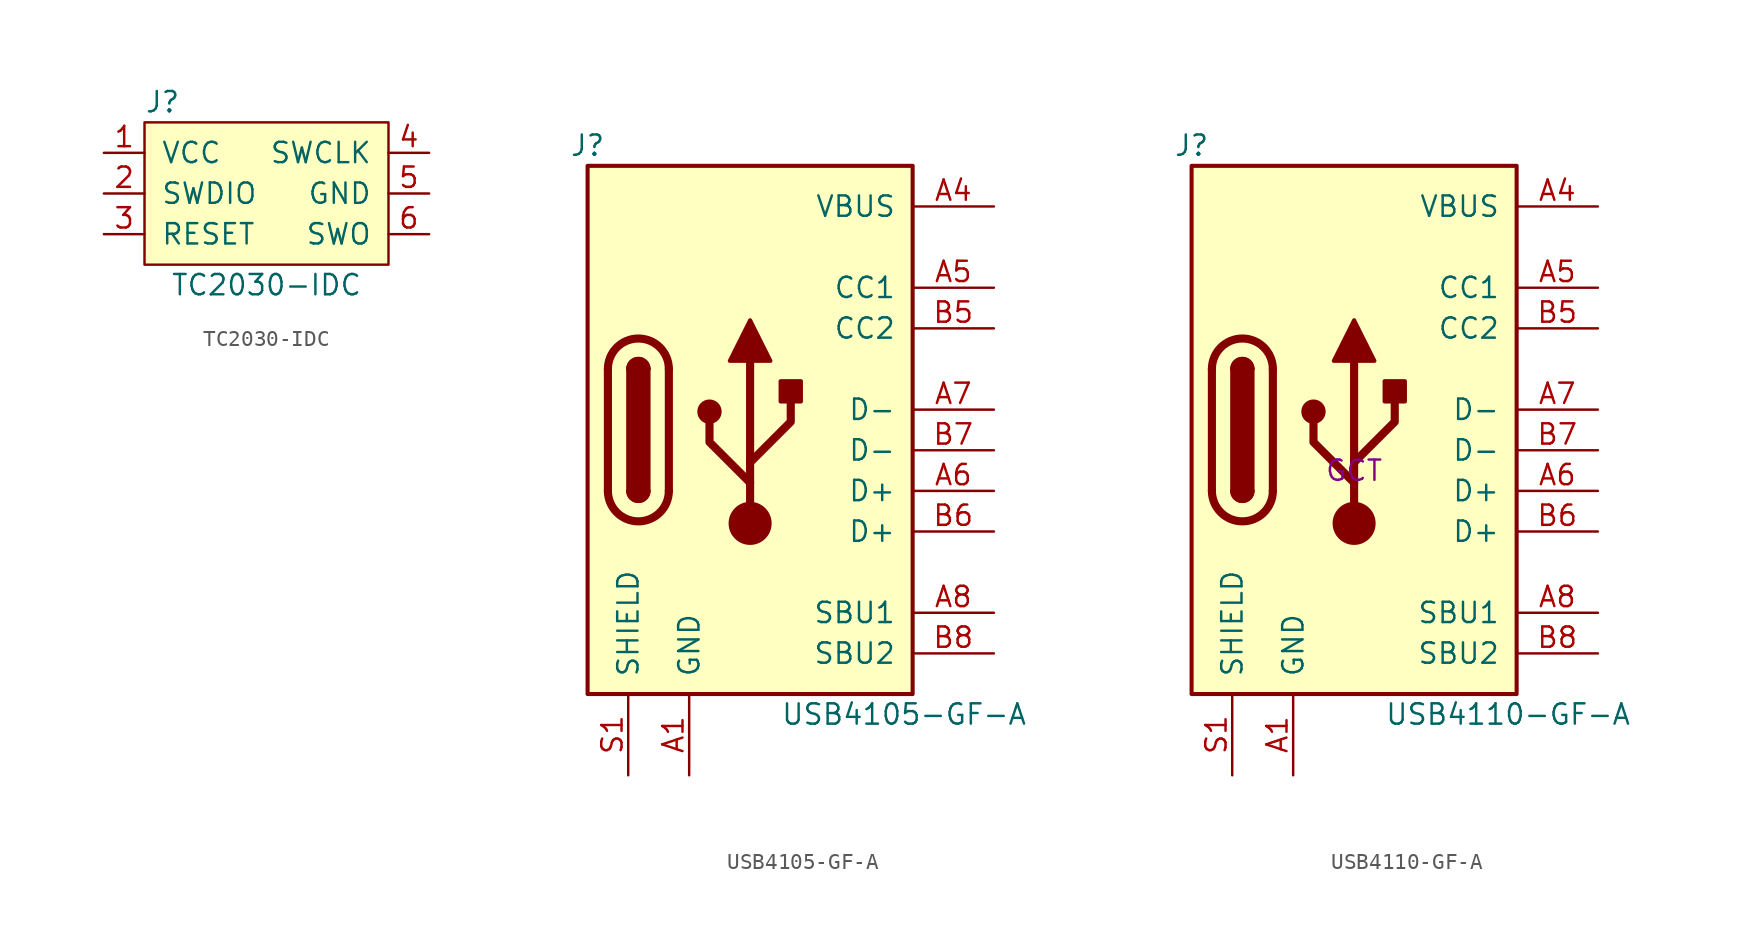
<source format=kicad_sym>
(kicad_symbol_lib
  (version 20211014)
  (generator kicad_symbol_editor)
  (symbol "TC2030-IDC"
    (pin_names
      (offset 1.016))
    (property "Reference" "J"
      (at -7.62 5.715 0)
      (effects (font (size 1.27 1.27)) (justify left)))
    (property "Value" "TC2030-IDC"
      (at 0 -5.715 0)
      (effects (font (size 1.27 1.27))))
    (symbol "TC2030-IDC_0_0"
      (pin bidirectional line (at -10.16 0 0) (length 2.54) (name "SWDIO" (effects (font (size 1.27 1.27)))) (number "2" (effects (font (size 1.27 1.27)))))
      (pin output line (at -10.16 -2.54 0) (length 2.54) (name "RESET" (effects (font (size 1.27 1.27)))) (number "3" (effects (font (size 1.27 1.27)))))
      (pin bidirectional line (at 10.16 2.54 180) (length 2.54) (name "SWCLK" (effects (font (size 1.27 1.27)))) (number "4" (effects (font (size 1.27 1.27)))))
      (pin power_out line (at 10.16 0 180) (length 2.54) (name "GND" (effects (font (size 1.27 1.27)))) (number "5" (effects (font (size 1.27 1.27)))))
      (pin bidirectional line (at 10.16 -2.54 180) (length 2.54) (name "SWO" (effects (font (size 1.27 1.27)))) (number "6" (effects (font (size 1.27 1.27))))))
    (symbol "TC2030-IDC_0_1"
      (rectangle (start -7.62 4.445) (end 7.62 -4.445) (stroke (width 0) (type default) (color 0 0 0 0)) (fill (type background))))
    (symbol "TC2030-IDC_1_1"
      (pin power_in line (at -10.16 2.54 0) (length 2.54) (name "VCC" (effects (font (size 1.27 1.27)))) (number "1" (effects (font (size 1.27 1.27)))))))
  (symbol "USB4105-GF-A"
    (pin_names
      (offset 1.016))
    (property "Reference" "J"
      (at -10.16 20.32 0)
      (effects (font (size 1.27 1.27))))
    (property "Value" "USB4105-GF-A"
      (at 1.905 -15.24 0)
      (effects (font (size 1.27 1.27)) (justify left)))
    (symbol "USB4105-GF-A_1_1"
      (rectangle (start -10.16 19.05) (end 10.16 -13.97) (stroke (width 0.254) (type default) (color 0 0 0 0)) (fill (type background)))
      (arc (start -8.89 -1.27) (mid -6.985 -3.175) (end -5.08 -1.27) (stroke (width 0.508) (type default) (color 0 0 0 0)) (fill (type none)))
      (arc (start -7.62 -1.27) (mid -6.985 -1.905) (end -6.35 -1.27) (stroke (width 0.254) (type default) (color 0 0 0 0)) (fill (type none)))
      (arc (start -7.62 -1.27) (mid -6.985 -1.905) (end -6.35 -1.27) (stroke (width 0.254) (type default) (color 0 0 0 0)) (fill (type outline)))
      (rectangle (start -7.62 -1.27) (end -6.35 6.35) (stroke (width 0.254) (type default) (color 0 0 0 0)) (fill (type outline)))
      (arc (start -6.35 6.35) (mid -6.985 6.985) (end -7.62 6.35) (stroke (width 0.254) (type default) (color 0 0 0 0)) (fill (type none)))
      (arc (start -6.35 6.35) (mid -6.985 6.985) (end -7.62 6.35) (stroke (width 0.254) (type default) (color 0 0 0 0)) (fill (type outline)))
      (arc (start -5.08 6.35) (mid -6.985 8.255) (end -8.89 6.35) (stroke (width 0.508) (type default) (color 0 0 0 0)) (fill (type none)))
      (circle (center -2.54 3.683) (radius 0.635) (stroke (width 0.254) (type default) (color 0 0 0 0)) (fill (type outline)))
      (circle (center 0 -3.302) (radius 1.27) (stroke (width 0) (type default) (color 0 0 0 0)) (fill (type outline)))
      (polyline (pts (xy -8.89 -1.27) (xy -8.89 6.35)) (stroke (width 0.508) (type default) (color 0 0 0 0)) (fill (type none)))
      (polyline (pts (xy -5.08 6.35) (xy -5.08 -1.27)) (stroke (width 0.508) (type default) (color 0 0 0 0)) (fill (type none)))
      (polyline (pts (xy 0 -3.302) (xy 0 6.858)) (stroke (width 0.508) (type default) (color 0 0 0 0)) (fill (type none)))
      (polyline (pts (xy 0 -0.762) (xy -2.54 1.778) (xy -2.54 3.048)) (stroke (width 0.508) (type default) (color 0 0 0 0)) (fill (type none)))
      (polyline (pts (xy 0 0.508) (xy 2.54 3.048) (xy 2.54 4.318)) (stroke (width 0.508) (type default) (color 0 0 0 0)) (fill (type none)))
      (polyline (pts (xy -1.27 6.858) (xy 0 9.398) (xy 1.27 6.858) (xy -1.27 6.858)) (stroke (width 0.254) (type default) (color 0 0 0 0)) (fill (type outline)))
      (rectangle (start 1.905 4.318) (end 3.175 5.588) (stroke (width 0.254) (type default) (color 0 0 0 0)) (fill (type outline)))
      (pin power_in line (at -3.81 -19.05 90) (length 5.08) (name "GND" (effects (font (size 1.27 1.27)))) (number "A1" (effects (font (size 1.27 1.27)))))
      (pin passive line (at -3.81 -19.05 90) (length 5.08) hide (name "GND" (effects (font (size 1.27 1.27)))) (number "A12" (effects (font (size 1.27 1.27)))))
      (pin power_in line (at 15.24 16.51 180) (length 5.08) (name "VBUS" (effects (font (size 1.27 1.27)))) (number "A4" (effects (font (size 1.27 1.27)))))
      (pin bidirectional line (at 15.24 11.43 180) (length 5.08) (name "CC1" (effects (font (size 1.27 1.27)))) (number "A5" (effects (font (size 1.27 1.27)))))
      (pin bidirectional line (at 15.24 -1.27 180) (length 5.08) (name "D+" (effects (font (size 1.27 1.27)))) (number "A6" (effects (font (size 1.27 1.27)))))
      (pin bidirectional line (at 15.24 3.81 180) (length 5.08) (name "D-" (effects (font (size 1.27 1.27)))) (number "A7" (effects (font (size 1.27 1.27)))))
      (pin bidirectional line (at 15.24 -8.89 180) (length 5.08) (name "SBU1" (effects (font (size 1.27 1.27)))) (number "A8" (effects (font (size 1.27 1.27)))))
      (pin passive line (at 15.24 16.51 180) (length 5.08) hide (name "VBUS" (effects (font (size 1.27 1.27)))) (number "A9" (effects (font (size 1.27 1.27)))))
      (pin passive line (at -3.81 -19.05 90) (length 5.08) hide (name "GND" (effects (font (size 1.27 1.27)))) (number "B1" (effects (font (size 1.27 1.27)))))
      (pin passive line (at -3.81 -19.05 90) (length 5.08) hide (name "GND" (effects (font (size 1.27 1.27)))) (number "B12" (effects (font (size 1.27 1.27)))))
      (pin passive line (at 15.24 16.51 180) (length 5.08) hide (name "VBUS" (effects (font (size 1.27 1.27)))) (number "B4" (effects (font (size 1.27 1.27)))))
      (pin bidirectional line (at 15.24 8.89 180) (length 5.08) (name "CC2" (effects (font (size 1.27 1.27)))) (number "B5" (effects (font (size 1.27 1.27)))))
      (pin bidirectional line (at 15.24 -3.81 180) (length 5.08) (name "D+" (effects (font (size 1.27 1.27)))) (number "B6" (effects (font (size 1.27 1.27)))))
      (pin bidirectional line (at 15.24 1.27 180) (length 5.08) (name "D-" (effects (font (size 1.27 1.27)))) (number "B7" (effects (font (size 1.27 1.27)))))
      (pin bidirectional line (at 15.24 -11.43 180) (length 5.08) (name "SBU2" (effects (font (size 1.27 1.27)))) (number "B8" (effects (font (size 1.27 1.27)))))
      (pin passive line (at 15.24 16.51 180) (length 5.08) hide (name "VBUS" (effects (font (size 1.27 1.27)))) (number "B9" (effects (font (size 1.27 1.27)))))
      (pin passive line (at -7.62 -19.05 90) (length 5.08) (name "SHIELD" (effects (font (size 1.27 1.27)))) (number "S1" (effects (font (size 1.27 1.27)))))))
  (symbol "USB4110-GF-A"
    (pin_names
      (offset 1.016))
    (property "Reference" "J"
      (at -10.16 20.32 0)
      (effects (font (size 1.27 1.27))))
    (property "Value" "USB4110-GF-A"
      (at 1.905 -15.24 0)
      (effects (font (size 1.27 1.27)) (justify left)))
    (property "Manufacturer" "GCT"
      (at 0 0 0)
      (effects (font (size 1.27 1.27))))
    (symbol "USB4110-GF-A_1_1"
      (rectangle (start -10.16 19.05) (end 10.16 -13.97) (stroke (width 0.254) (type default) (color 0 0 0 0)) (fill (type background)))
      (arc (start -8.89 -1.27) (mid -6.985 -3.175) (end -5.08 -1.27) (stroke (width 0.508) (type default) (color 0 0 0 0)) (fill (type none)))
      (arc (start -7.62 -1.27) (mid -6.985 -1.905) (end -6.35 -1.27) (stroke (width 0.254) (type default) (color 0 0 0 0)) (fill (type none)))
      (arc (start -7.62 -1.27) (mid -6.985 -1.905) (end -6.35 -1.27) (stroke (width 0.254) (type default) (color 0 0 0 0)) (fill (type outline)))
      (rectangle (start -7.62 -1.27) (end -6.35 6.35) (stroke (width 0.254) (type default) (color 0 0 0 0)) (fill (type outline)))
      (arc (start -6.35 6.35) (mid -6.985 6.985) (end -7.62 6.35) (stroke (width 0.254) (type default) (color 0 0 0 0)) (fill (type none)))
      (arc (start -6.35 6.35) (mid -6.985 6.985) (end -7.62 6.35) (stroke (width 0.254) (type default) (color 0 0 0 0)) (fill (type outline)))
      (arc (start -5.08 6.35) (mid -6.985 8.255) (end -8.89 6.35) (stroke (width 0.508) (type default) (color 0 0 0 0)) (fill (type none)))
      (circle (center -2.54 3.683) (radius 0.635) (stroke (width 0.254) (type default) (color 0 0 0 0)) (fill (type outline)))
      (circle (center 0 -3.302) (radius 1.27) (stroke (width 0) (type default) (color 0 0 0 0)) (fill (type outline)))
      (polyline (pts (xy -8.89 -1.27) (xy -8.89 6.35)) (stroke (width 0.508) (type default) (color 0 0 0 0)) (fill (type none)))
      (polyline (pts (xy -5.08 6.35) (xy -5.08 -1.27)) (stroke (width 0.508) (type default) (color 0 0 0 0)) (fill (type none)))
      (polyline (pts (xy 0 -3.302) (xy 0 6.858)) (stroke (width 0.508) (type default) (color 0 0 0 0)) (fill (type none)))
      (polyline (pts (xy 0 -0.762) (xy -2.54 1.778) (xy -2.54 3.048)) (stroke (width 0.508) (type default) (color 0 0 0 0)) (fill (type none)))
      (polyline (pts (xy 0 0.508) (xy 2.54 3.048) (xy 2.54 4.318)) (stroke (width 0.508) (type default) (color 0 0 0 0)) (fill (type none)))
      (polyline (pts (xy -1.27 6.858) (xy 0 9.398) (xy 1.27 6.858) (xy -1.27 6.858)) (stroke (width 0.254) (type default) (color 0 0 0 0)) (fill (type outline)))
      (rectangle (start 1.905 4.318) (end 3.175 5.588) (stroke (width 0.254) (type default) (color 0 0 0 0)) (fill (type outline)))
      (pin power_in line (at -3.81 -19.05 90) (length 5.08) (name "GND" (effects (font (size 1.27 1.27)))) (number "A1" (effects (font (size 1.27 1.27)))))
      (pin passive line (at -3.81 -19.05 90) (length 5.08) hide (name "GND" (effects (font (size 1.27 1.27)))) (number "A12" (effects (font (size 1.27 1.27)))))
      (pin power_in line (at 15.24 16.51 180) (length 5.08) (name "VBUS" (effects (font (size 1.27 1.27)))) (number "A4" (effects (font (size 1.27 1.27)))))
      (pin bidirectional line (at 15.24 11.43 180) (length 5.08) (name "CC1" (effects (font (size 1.27 1.27)))) (number "A5" (effects (font (size 1.27 1.27)))))
      (pin bidirectional line (at 15.24 -1.27 180) (length 5.08) (name "D+" (effects (font (size 1.27 1.27)))) (number "A6" (effects (font (size 1.27 1.27)))))
      (pin bidirectional line (at 15.24 3.81 180) (length 5.08) (name "D-" (effects (font (size 1.27 1.27)))) (number "A7" (effects (font (size 1.27 1.27)))))
      (pin bidirectional line (at 15.24 -8.89 180) (length 5.08) (name "SBU1" (effects (font (size 1.27 1.27)))) (number "A8" (effects (font (size 1.27 1.27)))))
      (pin passive line (at 15.24 16.51 180) (length 5.08) hide (name "VBUS" (effects (font (size 1.27 1.27)))) (number "A9" (effects (font (size 1.27 1.27)))))
      (pin passive line (at -3.81 -19.05 90) (length 5.08) hide (name "GND" (effects (font (size 1.27 1.27)))) (number "B1" (effects (font (size 1.27 1.27)))))
      (pin passive line (at -3.81 -19.05 90) (length 5.08) hide (name "GND" (effects (font (size 1.27 1.27)))) (number "B12" (effects (font (size 1.27 1.27)))))
      (pin passive line (at 15.24 16.51 180) (length 5.08) hide (name "VBUS" (effects (font (size 1.27 1.27)))) (number "B4" (effects (font (size 1.27 1.27)))))
      (pin bidirectional line (at 15.24 8.89 180) (length 5.08) (name "CC2" (effects (font (size 1.27 1.27)))) (number "B5" (effects (font (size 1.27 1.27)))))
      (pin bidirectional line (at 15.24 -3.81 180) (length 5.08) (name "D+" (effects (font (size 1.27 1.27)))) (number "B6" (effects (font (size 1.27 1.27)))))
      (pin bidirectional line (at 15.24 1.27 180) (length 5.08) (name "D-" (effects (font (size 1.27 1.27)))) (number "B7" (effects (font (size 1.27 1.27)))))
      (pin bidirectional line (at 15.24 -11.43 180) (length 5.08) (name "SBU2" (effects (font (size 1.27 1.27)))) (number "B8" (effects (font (size 1.27 1.27)))))
      (pin passive line (at 15.24 16.51 180) (length 5.08) hide (name "VBUS" (effects (font (size 1.27 1.27)))) (number "B9" (effects (font (size 1.27 1.27)))))
      (pin passive line (at -7.62 -19.05 90) (length 5.08) (name "SHIELD" (effects (font (size 1.27 1.27)))) (number "S1" (effects (font (size 1.27 1.27))))))))
</source>
